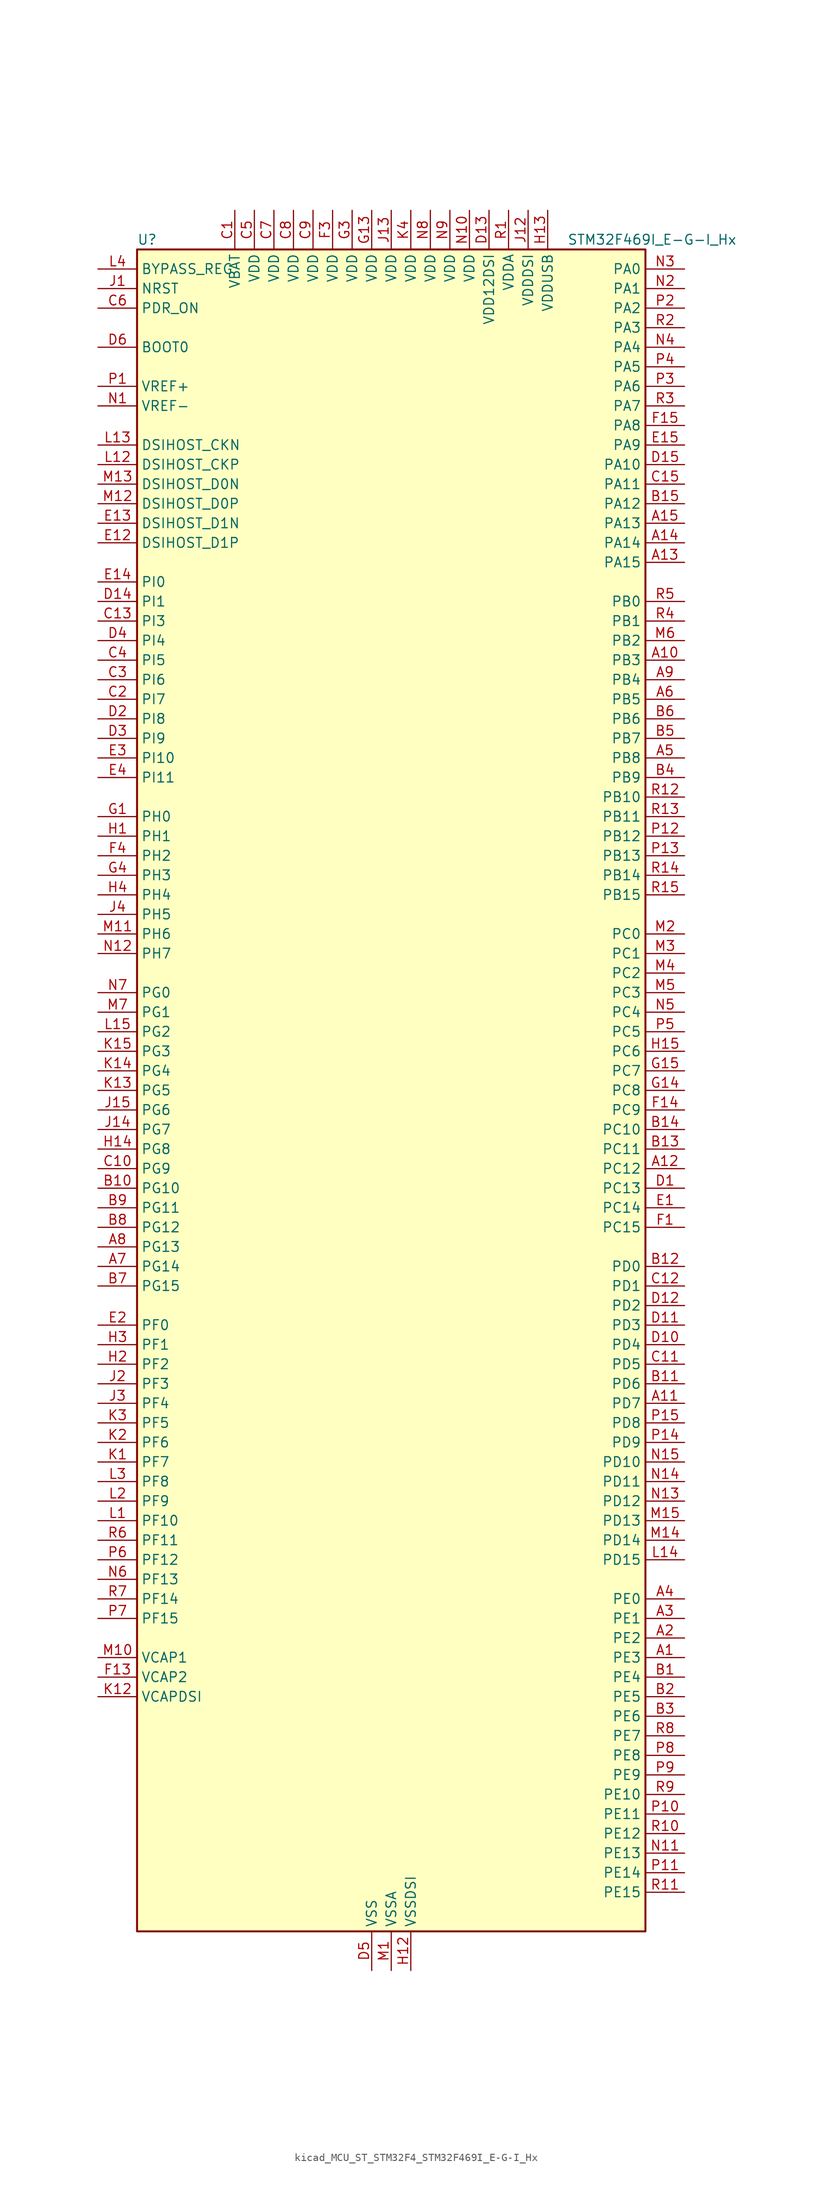
<source format=kicad_sym>
(kicad_symbol_lib
  (version 20220914)
  (generator kicad_symbol_editor)
  (symbol "kicad_MCU_ST_STM32F4_STM32F469I_E-G-I_Hx"
    (property "Reference" "U"
      (at -33.02 110.49 0)
      (effects (font (size 1.27 1.27)) (justify left)))
    (property "Value" "STM32F469I_E-G-I_Hx"
      (at 22.86 110.49 0)
      (effects (font (size 1.27 1.27)) (justify left)))
    (property "ki_locked" ""
      (at 0 0 0)
      (effects (font (size 1.27 1.27))))
    (symbol "kicad_MCU_ST_STM32F4_STM32F469I_E-G-I_Hx_0_1"
      (rectangle (start -33.02 -109.22) (end 33.02 109.22) (stroke (width 0.254) (type default)) (fill (type background))))
    (symbol "kicad_MCU_ST_STM32F4_STM32F469I_E-G-I_Hx_1_1"
      (pin bidirectional line (at 38.1 -73.66 180) (length 5.08) (name "PE3" (effects (font (size 1.27 1.27)))) (number "A1" (effects (font (size 1.27 1.27)))) (alternate "FMC_A19" bidirectional line) (alternate "SAI1_SD_B" bidirectional line) (alternate "SYS_TRACED0" bidirectional line))
      (pin bidirectional line (at 38.1 55.88 180) (length 5.08) (name "PB3" (effects (font (size 1.27 1.27)))) (number "A10" (effects (font (size 1.27 1.27)))) (alternate "I2S3_CK" bidirectional line) (alternate "SPI1_SCK" bidirectional line) (alternate "SPI3_SCK" bidirectional line) (alternate "SYS_JTDO-SWO" bidirectional line) (alternate "TIM2_CH2" bidirectional line))
      (pin bidirectional line (at 38.1 -40.64 180) (length 5.08) (name "PD7" (effects (font (size 1.27 1.27)))) (number "A11" (effects (font (size 1.27 1.27)))) (alternate "FMC_NE1" bidirectional line) (alternate "USART2_CK" bidirectional line))
      (pin bidirectional line (at 38.1 -10.16 180) (length 5.08) (name "PC12" (effects (font (size 1.27 1.27)))) (number "A12" (effects (font (size 1.27 1.27)))) (alternate "DCMI_D9" bidirectional line) (alternate "I2S3_SD" bidirectional line) (alternate "SDIO_CK" bidirectional line) (alternate "SPI3_MOSI" bidirectional line) (alternate "SYS_TRACED3" bidirectional line) (alternate "UART5_TX" bidirectional line) (alternate "USART3_CK" bidirectional line))
      (pin bidirectional line (at 38.1 68.58 180) (length 5.08) (name "PA15" (effects (font (size 1.27 1.27)))) (number "A13" (effects (font (size 1.27 1.27)))) (alternate "ADC1_EXTI15" bidirectional line) (alternate "ADC2_EXTI15" bidirectional line) (alternate "ADC3_EXTI15" bidirectional line) (alternate "I2S3_WS" bidirectional line) (alternate "SPI1_NSS" bidirectional line) (alternate "SPI3_NSS" bidirectional line) (alternate "SYS_JTDI" bidirectional line) (alternate "TIM2_CH1" bidirectional line) (alternate "TIM2_ETR" bidirectional line))
      (pin bidirectional line (at 38.1 71.12 180) (length 5.08) (name "PA14" (effects (font (size 1.27 1.27)))) (number "A14" (effects (font (size 1.27 1.27)))) (alternate "SYS_JTCK-SWCLK" bidirectional line))
      (pin bidirectional line (at 38.1 73.66 180) (length 5.08) (name "PA13" (effects (font (size 1.27 1.27)))) (number "A15" (effects (font (size 1.27 1.27)))) (alternate "SYS_JTMS-SWDIO" bidirectional line))
      (pin bidirectional line (at 38.1 -71.12 180) (length 5.08) (name "PE2" (effects (font (size 1.27 1.27)))) (number "A2" (effects (font (size 1.27 1.27)))) (alternate "ETH_TXD3" bidirectional line) (alternate "FMC_A23" bidirectional line) (alternate "QUADSPI_BK1_IO2" bidirectional line) (alternate "SAI1_MCLK_A" bidirectional line) (alternate "SPI4_SCK" bidirectional line) (alternate "SYS_TRACECLK" bidirectional line))
      (pin bidirectional line (at 38.1 -68.58 180) (length 5.08) (name "PE1" (effects (font (size 1.27 1.27)))) (number "A3" (effects (font (size 1.27 1.27)))) (alternate "DCMI_D3" bidirectional line) (alternate "FMC_NBL1" bidirectional line) (alternate "UART8_TX" bidirectional line))
      (pin bidirectional line (at 38.1 -66.04 180) (length 5.08) (name "PE0" (effects (font (size 1.27 1.27)))) (number "A4" (effects (font (size 1.27 1.27)))) (alternate "DCMI_D2" bidirectional line) (alternate "FMC_NBL0" bidirectional line) (alternate "TIM4_ETR" bidirectional line) (alternate "UART8_RX" bidirectional line))
      (pin bidirectional line (at 38.1 43.18 180) (length 5.08) (name "PB8" (effects (font (size 1.27 1.27)))) (number "A5" (effects (font (size 1.27 1.27)))) (alternate "CAN1_RX" bidirectional line) (alternate "DCMI_D6" bidirectional line) (alternate "ETH_TXD3" bidirectional line) (alternate "I2C1_SCL" bidirectional line) (alternate "LTDC_B6" bidirectional line) (alternate "SDIO_D4" bidirectional line) (alternate "TIM10_CH1" bidirectional line) (alternate "TIM4_CH3" bidirectional line))
      (pin bidirectional line (at 38.1 50.8 180) (length 5.08) (name "PB5" (effects (font (size 1.27 1.27)))) (number "A6" (effects (font (size 1.27 1.27)))) (alternate "CAN2_RX" bidirectional line) (alternate "DCMI_D10" bidirectional line) (alternate "ETH_PPS_OUT" bidirectional line) (alternate "FMC_SDCKE1" bidirectional line) (alternate "I2C1_SMBA" bidirectional line) (alternate "I2S3_SD" bidirectional line) (alternate "LTDC_G7" bidirectional line) (alternate "SPI1_MOSI" bidirectional line) (alternate "SPI3_MOSI" bidirectional line) (alternate "TIM3_CH2" bidirectional line) (alternate "USB_OTG_HS_ULPI_D7" bidirectional line))
      (pin bidirectional line (at -38.1 -22.86 0) (length 5.08) (name "PG14" (effects (font (size 1.27 1.27)))) (number "A7" (effects (font (size 1.27 1.27)))) (alternate "ETH_TXD1" bidirectional line) (alternate "FMC_A25" bidirectional line) (alternate "LTDC_B0" bidirectional line) (alternate "QUADSPI_BK2_IO3" bidirectional line) (alternate "SPI6_MOSI" bidirectional line) (alternate "SYS_TRACED1" bidirectional line) (alternate "USART6_TX" bidirectional line))
      (pin bidirectional line (at -38.1 -20.32 0) (length 5.08) (name "PG13" (effects (font (size 1.27 1.27)))) (number "A8" (effects (font (size 1.27 1.27)))) (alternate "ETH_TXD0" bidirectional line) (alternate "FMC_A24" bidirectional line) (alternate "LTDC_R0" bidirectional line) (alternate "SPI6_SCK" bidirectional line) (alternate "SYS_TRACED0" bidirectional line) (alternate "USART6_CTS" bidirectional line))
      (pin bidirectional line (at 38.1 53.34 180) (length 5.08) (name "PB4" (effects (font (size 1.27 1.27)))) (number "A9" (effects (font (size 1.27 1.27)))) (alternate "I2S3_ext_SD" bidirectional line) (alternate "SPI1_MISO" bidirectional line) (alternate "SPI3_MISO" bidirectional line) (alternate "SYS_JTRST" bidirectional line) (alternate "TIM3_CH1" bidirectional line))
      (pin bidirectional line (at 38.1 -76.2 180) (length 5.08) (name "PE4" (effects (font (size 1.27 1.27)))) (number "B1" (effects (font (size 1.27 1.27)))) (alternate "DCMI_D4" bidirectional line) (alternate "FMC_A20" bidirectional line) (alternate "LTDC_B0" bidirectional line) (alternate "SAI1_FS_A" bidirectional line) (alternate "SPI4_NSS" bidirectional line) (alternate "SYS_TRACED1" bidirectional line))
      (pin bidirectional line (at -38.1 -12.7 0) (length 5.08) (name "PG10" (effects (font (size 1.27 1.27)))) (number "B10" (effects (font (size 1.27 1.27)))) (alternate "DCMI_D2" bidirectional line) (alternate "FMC_NE3" bidirectional line) (alternate "LTDC_B2" bidirectional line) (alternate "LTDC_G3" bidirectional line))
      (pin bidirectional line (at 38.1 -38.1 180) (length 5.08) (name "PD6" (effects (font (size 1.27 1.27)))) (number "B11" (effects (font (size 1.27 1.27)))) (alternate "DCMI_D10" bidirectional line) (alternate "FMC_NWAIT" bidirectional line) (alternate "I2S3_SD" bidirectional line) (alternate "LTDC_B2" bidirectional line) (alternate "SAI1_SD_A" bidirectional line) (alternate "SPI3_MOSI" bidirectional line) (alternate "USART2_RX" bidirectional line))
      (pin bidirectional line (at 38.1 -22.86 180) (length 5.08) (name "PD0" (effects (font (size 1.27 1.27)))) (number "B12" (effects (font (size 1.27 1.27)))) (alternate "CAN1_RX" bidirectional line) (alternate "FMC_D2" bidirectional line) (alternate "FMC_DA2" bidirectional line))
      (pin bidirectional line (at 38.1 -7.62 180) (length 5.08) (name "PC11" (effects (font (size 1.27 1.27)))) (number "B13" (effects (font (size 1.27 1.27)))) (alternate "ADC1_EXTI11" bidirectional line) (alternate "ADC2_EXTI11" bidirectional line) (alternate "ADC3_EXTI11" bidirectional line) (alternate "DCMI_D4" bidirectional line) (alternate "I2S3_ext_SD" bidirectional line) (alternate "QUADSPI_BK2_NCS" bidirectional line) (alternate "SDIO_D3" bidirectional line) (alternate "SPI3_MISO" bidirectional line) (alternate "UART4_RX" bidirectional line) (alternate "USART3_RX" bidirectional line))
      (pin bidirectional line (at 38.1 -5.08 180) (length 5.08) (name "PC10" (effects (font (size 1.27 1.27)))) (number "B14" (effects (font (size 1.27 1.27)))) (alternate "DCMI_D8" bidirectional line) (alternate "I2S3_CK" bidirectional line) (alternate "LTDC_R2" bidirectional line) (alternate "QUADSPI_BK1_IO1" bidirectional line) (alternate "SDIO_D2" bidirectional line) (alternate "SPI3_SCK" bidirectional line) (alternate "UART4_TX" bidirectional line) (alternate "USART3_TX" bidirectional line))
      (pin bidirectional line (at 38.1 76.2 180) (length 5.08) (name "PA12" (effects (font (size 1.27 1.27)))) (number "B15" (effects (font (size 1.27 1.27)))) (alternate "CAN1_TX" bidirectional line) (alternate "LTDC_R5" bidirectional line) (alternate "TIM1_ETR" bidirectional line) (alternate "USART1_RTS" bidirectional line) (alternate "USB_OTG_FS_DP" bidirectional line))
      (pin bidirectional line (at 38.1 -78.74 180) (length 5.08) (name "PE5" (effects (font (size 1.27 1.27)))) (number "B2" (effects (font (size 1.27 1.27)))) (alternate "DCMI_D6" bidirectional line) (alternate "FMC_A21" bidirectional line) (alternate "LTDC_G0" bidirectional line) (alternate "SAI1_SCK_A" bidirectional line) (alternate "SPI4_MISO" bidirectional line) (alternate "SYS_TRACED2" bidirectional line) (alternate "TIM9_CH1" bidirectional line))
      (pin bidirectional line (at 38.1 -81.28 180) (length 5.08) (name "PE6" (effects (font (size 1.27 1.27)))) (number "B3" (effects (font (size 1.27 1.27)))) (alternate "DCMI_D7" bidirectional line) (alternate "FMC_A22" bidirectional line) (alternate "LTDC_G1" bidirectional line) (alternate "SAI1_SD_A" bidirectional line) (alternate "SPI4_MOSI" bidirectional line) (alternate "SYS_TRACED3" bidirectional line) (alternate "TIM9_CH2" bidirectional line))
      (pin bidirectional line (at 38.1 40.64 180) (length 5.08) (name "PB9" (effects (font (size 1.27 1.27)))) (number "B4" (effects (font (size 1.27 1.27)))) (alternate "CAN1_TX" bidirectional line) (alternate "DAC_EXTI9" bidirectional line) (alternate "DCMI_D7" bidirectional line) (alternate "I2C1_SDA" bidirectional line) (alternate "I2S2_WS" bidirectional line) (alternate "LTDC_B7" bidirectional line) (alternate "SDIO_D5" bidirectional line) (alternate "SPI2_NSS" bidirectional line) (alternate "TIM11_CH1" bidirectional line) (alternate "TIM4_CH4" bidirectional line))
      (pin bidirectional line (at 38.1 45.72 180) (length 5.08) (name "PB7" (effects (font (size 1.27 1.27)))) (number "B5" (effects (font (size 1.27 1.27)))) (alternate "DCMI_VSYNC" bidirectional line) (alternate "FMC_NL" bidirectional line) (alternate "I2C1_SDA" bidirectional line) (alternate "TIM4_CH2" bidirectional line) (alternate "USART1_RX" bidirectional line))
      (pin bidirectional line (at 38.1 48.26 180) (length 5.08) (name "PB6" (effects (font (size 1.27 1.27)))) (number "B6" (effects (font (size 1.27 1.27)))) (alternate "CAN2_TX" bidirectional line) (alternate "DCMI_D5" bidirectional line) (alternate "FMC_SDNE1" bidirectional line) (alternate "I2C1_SCL" bidirectional line) (alternate "QUADSPI_BK1_NCS" bidirectional line) (alternate "TIM4_CH1" bidirectional line) (alternate "USART1_TX" bidirectional line))
      (pin bidirectional line (at -38.1 -25.4 0) (length 5.08) (name "PG15" (effects (font (size 1.27 1.27)))) (number "B7" (effects (font (size 1.27 1.27)))) (alternate "ADC1_EXTI15" bidirectional line) (alternate "ADC2_EXTI15" bidirectional line) (alternate "ADC3_EXTI15" bidirectional line) (alternate "DCMI_D13" bidirectional line) (alternate "FMC_SDNCAS" bidirectional line) (alternate "USART6_CTS" bidirectional line))
      (pin bidirectional line (at -38.1 -17.78 0) (length 5.08) (name "PG12" (effects (font (size 1.27 1.27)))) (number "B8" (effects (font (size 1.27 1.27)))) (alternate "FMC_NE4" bidirectional line) (alternate "LTDC_B1" bidirectional line) (alternate "LTDC_B4" bidirectional line) (alternate "SPI6_MISO" bidirectional line) (alternate "USART6_RTS" bidirectional line))
      (pin bidirectional line (at -38.1 -15.24 0) (length 5.08) (name "PG11" (effects (font (size 1.27 1.27)))) (number "B9" (effects (font (size 1.27 1.27)))) (alternate "ADC1_EXTI11" bidirectional line) (alternate "ADC2_EXTI11" bidirectional line) (alternate "ADC3_EXTI11" bidirectional line) (alternate "DCMI_D3" bidirectional line) (alternate "ETH_TX_EN" bidirectional line) (alternate "LTDC_B3" bidirectional line))
      (pin power_in line (at -20.32 114.3 270) (length 5.08) (name "VBAT" (effects (font (size 1.27 1.27)))) (number "C1" (effects (font (size 1.27 1.27)))))
      (pin bidirectional line (at -38.1 -10.16 0) (length 5.08) (name "PG9" (effects (font (size 1.27 1.27)))) (number "C10" (effects (font (size 1.27 1.27)))) (alternate "DAC_EXTI9" bidirectional line) (alternate "DCMI_VSYNC" bidirectional line) (alternate "FMC_NCE" bidirectional line) (alternate "FMC_NE2" bidirectional line) (alternate "QUADSPI_BK2_IO2" bidirectional line) (alternate "USART6_RX" bidirectional line))
      (pin bidirectional line (at 38.1 -35.56 180) (length 5.08) (name "PD5" (effects (font (size 1.27 1.27)))) (number "C11" (effects (font (size 1.27 1.27)))) (alternate "FMC_NWE" bidirectional line) (alternate "USART2_TX" bidirectional line))
      (pin bidirectional line (at 38.1 -25.4 180) (length 5.08) (name "PD1" (effects (font (size 1.27 1.27)))) (number "C12" (effects (font (size 1.27 1.27)))) (alternate "CAN1_TX" bidirectional line) (alternate "FMC_D3" bidirectional line) (alternate "FMC_DA3" bidirectional line))
      (pin bidirectional line (at -38.1 60.96 0) (length 5.08) (name "PI3" (effects (font (size 1.27 1.27)))) (number "C13" (effects (font (size 1.27 1.27)))) (alternate "DCMI_D10" bidirectional line) (alternate "FMC_D27" bidirectional line) (alternate "I2S2_SD" bidirectional line) (alternate "SPI2_MOSI" bidirectional line) (alternate "TIM8_ETR" bidirectional line))
      (pin no_connect line (at -33.02 -109.22 0) (length 5.08) hide (name "NC" (effects (font (size 1.27 1.27)))) (number "C14" (effects (font (size 1.27 1.27)))))
      (pin bidirectional line (at 38.1 78.74 180) (length 5.08) (name "PA11" (effects (font (size 1.27 1.27)))) (number "C15" (effects (font (size 1.27 1.27)))) (alternate "ADC1_EXTI11" bidirectional line) (alternate "ADC2_EXTI11" bidirectional line) (alternate "ADC3_EXTI11" bidirectional line) (alternate "CAN1_RX" bidirectional line) (alternate "LTDC_R4" bidirectional line) (alternate "TIM1_CH4" bidirectional line) (alternate "USART1_CTS" bidirectional line) (alternate "USB_OTG_FS_DM" bidirectional line))
      (pin bidirectional line (at -38.1 50.8 0) (length 5.08) (name "PI7" (effects (font (size 1.27 1.27)))) (number "C2" (effects (font (size 1.27 1.27)))) (alternate "DCMI_D7" bidirectional line) (alternate "FMC_D29" bidirectional line) (alternate "LTDC_B7" bidirectional line) (alternate "TIM8_CH3" bidirectional line))
      (pin bidirectional line (at -38.1 53.34 0) (length 5.08) (name "PI6" (effects (font (size 1.27 1.27)))) (number "C3" (effects (font (size 1.27 1.27)))) (alternate "DCMI_D6" bidirectional line) (alternate "FMC_D28" bidirectional line) (alternate "LTDC_B6" bidirectional line) (alternate "TIM8_CH2" bidirectional line))
      (pin bidirectional line (at -38.1 55.88 0) (length 5.08) (name "PI5" (effects (font (size 1.27 1.27)))) (number "C4" (effects (font (size 1.27 1.27)))) (alternate "DCMI_VSYNC" bidirectional line) (alternate "FMC_NBL3" bidirectional line) (alternate "LTDC_B5" bidirectional line) (alternate "TIM8_CH1" bidirectional line))
      (pin power_in line (at -17.78 114.3 270) (length 5.08) (name "VDD" (effects (font (size 1.27 1.27)))) (number "C5" (effects (font (size 1.27 1.27)))))
      (pin input line (at -38.1 101.6 0) (length 5.08) (name "PDR_ON" (effects (font (size 1.27 1.27)))) (number "C6" (effects (font (size 1.27 1.27)))))
      (pin power_in line (at -15.24 114.3 270) (length 5.08) (name "VDD" (effects (font (size 1.27 1.27)))) (number "C7" (effects (font (size 1.27 1.27)))))
      (pin power_in line (at -12.7 114.3 270) (length 5.08) (name "VDD" (effects (font (size 1.27 1.27)))) (number "C8" (effects (font (size 1.27 1.27)))))
      (pin power_in line (at -10.16 114.3 270) (length 5.08) (name "VDD" (effects (font (size 1.27 1.27)))) (number "C9" (effects (font (size 1.27 1.27)))))
      (pin bidirectional line (at 38.1 -12.7 180) (length 5.08) (name "PC13" (effects (font (size 1.27 1.27)))) (number "D1" (effects (font (size 1.27 1.27)))) (alternate "RTC_AF1" bidirectional line))
      (pin bidirectional line (at 38.1 -33.02 180) (length 5.08) (name "PD4" (effects (font (size 1.27 1.27)))) (number "D10" (effects (font (size 1.27 1.27)))) (alternate "FMC_NOE" bidirectional line) (alternate "USART2_RTS" bidirectional line))
      (pin bidirectional line (at 38.1 -30.48 180) (length 5.08) (name "PD3" (effects (font (size 1.27 1.27)))) (number "D11" (effects (font (size 1.27 1.27)))) (alternate "DCMI_D5" bidirectional line) (alternate "FMC_CLK" bidirectional line) (alternate "I2S2_CK" bidirectional line) (alternate "LTDC_G7" bidirectional line) (alternate "SPI2_SCK" bidirectional line) (alternate "USART2_CTS" bidirectional line))
      (pin bidirectional line (at 38.1 -27.94 180) (length 5.08) (name "PD2" (effects (font (size 1.27 1.27)))) (number "D12" (effects (font (size 1.27 1.27)))) (alternate "DCMI_D11" bidirectional line) (alternate "SDIO_CMD" bidirectional line) (alternate "SYS_TRACED2" bidirectional line) (alternate "TIM3_ETR" bidirectional line) (alternate "UART5_RX" bidirectional line))
      (pin power_in line (at 12.7 114.3 270) (length 5.08) (name "VDD12DSI" (effects (font (size 1.27 1.27)))) (number "D13" (effects (font (size 1.27 1.27)))))
      (pin bidirectional line (at -38.1 63.5 0) (length 5.08) (name "PI1" (effects (font (size 1.27 1.27)))) (number "D14" (effects (font (size 1.27 1.27)))) (alternate "DCMI_D8" bidirectional line) (alternate "FMC_D25" bidirectional line) (alternate "I2S2_CK" bidirectional line) (alternate "LTDC_G6" bidirectional line) (alternate "SPI2_SCK" bidirectional line))
      (pin bidirectional line (at 38.1 81.28 180) (length 5.08) (name "PA10" (effects (font (size 1.27 1.27)))) (number "D15" (effects (font (size 1.27 1.27)))) (alternate "DCMI_D1" bidirectional line) (alternate "TIM1_CH3" bidirectional line) (alternate "USART1_RX" bidirectional line) (alternate "USB_OTG_FS_ID" bidirectional line))
      (pin bidirectional line (at -38.1 48.26 0) (length 5.08) (name "PI8" (effects (font (size 1.27 1.27)))) (number "D2" (effects (font (size 1.27 1.27)))) (alternate "RTC_AF1" bidirectional line) (alternate "RTC_AF2" bidirectional line))
      (pin bidirectional line (at -38.1 45.72 0) (length 5.08) (name "PI9" (effects (font (size 1.27 1.27)))) (number "D3" (effects (font (size 1.27 1.27)))) (alternate "CAN1_RX" bidirectional line) (alternate "DAC_EXTI9" bidirectional line) (alternate "FMC_D30" bidirectional line) (alternate "LTDC_VSYNC" bidirectional line))
      (pin bidirectional line (at -38.1 58.42 0) (length 5.08) (name "PI4" (effects (font (size 1.27 1.27)))) (number "D4" (effects (font (size 1.27 1.27)))) (alternate "DCMI_D5" bidirectional line) (alternate "FMC_NBL2" bidirectional line) (alternate "LTDC_B4" bidirectional line) (alternate "TIM8_BKIN" bidirectional line))
      (pin power_in line (at -2.54 -114.3 90) (length 5.08) (name "VSS" (effects (font (size 1.27 1.27)))) (number "D5" (effects (font (size 1.27 1.27)))))
      (pin input line (at -38.1 96.52 0) (length 5.08) (name "BOOT0" (effects (font (size 1.27 1.27)))) (number "D6" (effects (font (size 1.27 1.27)))))
      (pin passive line (at -2.54 -114.3 90) (length 5.08) hide (name "VSS" (effects (font (size 1.27 1.27)))) (number "D7" (effects (font (size 1.27 1.27)))))
      (pin passive line (at -2.54 -114.3 90) (length 5.08) hide (name "VSS" (effects (font (size 1.27 1.27)))) (number "D8" (effects (font (size 1.27 1.27)))))
      (pin passive line (at -2.54 -114.3 90) (length 5.08) hide (name "VSS" (effects (font (size 1.27 1.27)))) (number "D9" (effects (font (size 1.27 1.27)))))
      (pin bidirectional line (at 38.1 -15.24 180) (length 5.08) (name "PC14" (effects (font (size 1.27 1.27)))) (number "E1" (effects (font (size 1.27 1.27)))) (alternate "RCC_OSC32_IN" bidirectional line))
      (pin bidirectional line (at -38.1 71.12 0) (length 5.08) (name "DSIHOST_D1P" (effects (font (size 1.27 1.27)))) (number "E12" (effects (font (size 1.27 1.27)))) (alternate "DSIHOST_D1P" bidirectional line))
      (pin bidirectional line (at -38.1 73.66 0) (length 5.08) (name "DSIHOST_D1N" (effects (font (size 1.27 1.27)))) (number "E13" (effects (font (size 1.27 1.27)))) (alternate "DSIHOST_D1N" bidirectional line))
      (pin bidirectional line (at -38.1 66.04 0) (length 5.08) (name "PI0" (effects (font (size 1.27 1.27)))) (number "E14" (effects (font (size 1.27 1.27)))) (alternate "DCMI_D13" bidirectional line) (alternate "FMC_D24" bidirectional line) (alternate "I2S2_WS" bidirectional line) (alternate "LTDC_G5" bidirectional line) (alternate "SPI2_NSS" bidirectional line) (alternate "TIM5_CH4" bidirectional line))
      (pin bidirectional line (at 38.1 83.82 180) (length 5.08) (name "PA9" (effects (font (size 1.27 1.27)))) (number "E15" (effects (font (size 1.27 1.27)))) (alternate "DAC_EXTI9" bidirectional line) (alternate "DCMI_D0" bidirectional line) (alternate "I2C3_SMBA" bidirectional line) (alternate "I2S2_CK" bidirectional line) (alternate "SPI2_SCK" bidirectional line) (alternate "TIM1_CH2" bidirectional line) (alternate "USART1_TX" bidirectional line) (alternate "USB_OTG_FS_VBUS" bidirectional line))
      (pin bidirectional line (at -38.1 -30.48 0) (length 5.08) (name "PF0" (effects (font (size 1.27 1.27)))) (number "E2" (effects (font (size 1.27 1.27)))) (alternate "FMC_A0" bidirectional line) (alternate "I2C2_SDA" bidirectional line))
      (pin bidirectional line (at -38.1 43.18 0) (length 5.08) (name "PI10" (effects (font (size 1.27 1.27)))) (number "E3" (effects (font (size 1.27 1.27)))) (alternate "ETH_RX_ER" bidirectional line) (alternate "FMC_D31" bidirectional line) (alternate "LTDC_HSYNC" bidirectional line))
      (pin bidirectional line (at -38.1 40.64 0) (length 5.08) (name "PI11" (effects (font (size 1.27 1.27)))) (number "E4" (effects (font (size 1.27 1.27)))) (alternate "ADC1_EXTI11" bidirectional line) (alternate "ADC2_EXTI11" bidirectional line) (alternate "ADC3_EXTI11" bidirectional line) (alternate "LTDC_G6" bidirectional line) (alternate "USB_OTG_HS_ULPI_DIR" bidirectional line))
      (pin bidirectional line (at 38.1 -17.78 180) (length 5.08) (name "PC15" (effects (font (size 1.27 1.27)))) (number "F1" (effects (font (size 1.27 1.27)))) (alternate "ADC1_EXTI15" bidirectional line) (alternate "ADC2_EXTI15" bidirectional line) (alternate "ADC3_EXTI15" bidirectional line) (alternate "RCC_OSC32_OUT" bidirectional line))
      (pin passive line (at -2.54 -114.3 90) (length 5.08) hide (name "VSS" (effects (font (size 1.27 1.27)))) (number "F10" (effects (font (size 1.27 1.27)))))
      (pin passive line (at -2.54 -114.3 90) (length 5.08) hide (name "VSS" (effects (font (size 1.27 1.27)))) (number "F12" (effects (font (size 1.27 1.27)))))
      (pin power_out line (at -38.1 -76.2 0) (length 5.08) (name "VCAP2" (effects (font (size 1.27 1.27)))) (number "F13" (effects (font (size 1.27 1.27)))))
      (pin bidirectional line (at 38.1 -2.54 180) (length 5.08) (name "PC9" (effects (font (size 1.27 1.27)))) (number "F14" (effects (font (size 1.27 1.27)))) (alternate "DAC_EXTI9" bidirectional line) (alternate "DCMI_D3" bidirectional line) (alternate "I2C3_SDA" bidirectional line) (alternate "I2S_CKIN" bidirectional line) (alternate "QUADSPI_BK1_IO0" bidirectional line) (alternate "RCC_MCO_2" bidirectional line) (alternate "SDIO_D1" bidirectional line) (alternate "TIM3_CH4" bidirectional line) (alternate "TIM8_CH4" bidirectional line))
      (pin bidirectional line (at 38.1 86.36 180) (length 5.08) (name "PA8" (effects (font (size 1.27 1.27)))) (number "F15" (effects (font (size 1.27 1.27)))) (alternate "I2C3_SCL" bidirectional line) (alternate "LTDC_R6" bidirectional line) (alternate "RCC_MCO_1" bidirectional line) (alternate "TIM1_CH1" bidirectional line) (alternate "USART1_CK" bidirectional line) (alternate "USB_OTG_FS_SOF" bidirectional line))
      (pin passive line (at -2.54 -114.3 90) (length 5.08) hide (name "VSS" (effects (font (size 1.27 1.27)))) (number "F2" (effects (font (size 1.27 1.27)))))
      (pin power_in line (at -7.62 114.3 270) (length 5.08) (name "VDD" (effects (font (size 1.27 1.27)))) (number "F3" (effects (font (size 1.27 1.27)))))
      (pin bidirectional line (at -38.1 30.48 0) (length 5.08) (name "PH2" (effects (font (size 1.27 1.27)))) (number "F4" (effects (font (size 1.27 1.27)))) (alternate "ETH_CRS" bidirectional line) (alternate "FMC_SDCKE0" bidirectional line) (alternate "LTDC_R0" bidirectional line) (alternate "QUADSPI_BK2_IO0" bidirectional line))
      (pin passive line (at -2.54 -114.3 90) (length 5.08) hide (name "VSS" (effects (font (size 1.27 1.27)))) (number "F6" (effects (font (size 1.27 1.27)))))
      (pin passive line (at -2.54 -114.3 90) (length 5.08) hide (name "VSS" (effects (font (size 1.27 1.27)))) (number "F7" (effects (font (size 1.27 1.27)))))
      (pin passive line (at -2.54 -114.3 90) (length 5.08) hide (name "VSS" (effects (font (size 1.27 1.27)))) (number "F8" (effects (font (size 1.27 1.27)))))
      (pin passive line (at -2.54 -114.3 90) (length 5.08) hide (name "VSS" (effects (font (size 1.27 1.27)))) (number "F9" (effects (font (size 1.27 1.27)))))
      (pin bidirectional line (at -38.1 35.56 0) (length 5.08) (name "PH0" (effects (font (size 1.27 1.27)))) (number "G1" (effects (font (size 1.27 1.27)))) (alternate "RCC_OSC_IN" bidirectional line))
      (pin passive line (at -2.54 -114.3 90) (length 5.08) hide (name "VSS" (effects (font (size 1.27 1.27)))) (number "G10" (effects (font (size 1.27 1.27)))))
      (pin passive line (at -2.54 -114.3 90) (length 5.08) hide (name "VSS" (effects (font (size 1.27 1.27)))) (number "G12" (effects (font (size 1.27 1.27)))))
      (pin power_in line (at -2.54 114.3 270) (length 5.08) (name "VDD" (effects (font (size 1.27 1.27)))) (number "G13" (effects (font (size 1.27 1.27)))))
      (pin bidirectional line (at 38.1 0 180) (length 5.08) (name "PC8" (effects (font (size 1.27 1.27)))) (number "G14" (effects (font (size 1.27 1.27)))) (alternate "DCMI_D2" bidirectional line) (alternate "SDIO_D0" bidirectional line) (alternate "SYS_TRACED1" bidirectional line) (alternate "TIM3_CH3" bidirectional line) (alternate "TIM8_CH3" bidirectional line) (alternate "USART6_CK" bidirectional line))
      (pin bidirectional line (at 38.1 2.54 180) (length 5.08) (name "PC7" (effects (font (size 1.27 1.27)))) (number "G15" (effects (font (size 1.27 1.27)))) (alternate "DCMI_D1" bidirectional line) (alternate "I2S3_MCK" bidirectional line) (alternate "LTDC_G6" bidirectional line) (alternate "SDIO_D7" bidirectional line) (alternate "TIM3_CH2" bidirectional line) (alternate "TIM8_CH2" bidirectional line) (alternate "USART6_RX" bidirectional line))
      (pin passive line (at -2.54 -114.3 90) (length 5.08) hide (name "VSS" (effects (font (size 1.27 1.27)))) (number "G2" (effects (font (size 1.27 1.27)))))
      (pin power_in line (at -5.08 114.3 270) (length 5.08) (name "VDD" (effects (font (size 1.27 1.27)))) (number "G3" (effects (font (size 1.27 1.27)))))
      (pin bidirectional line (at -38.1 27.94 0) (length 5.08) (name "PH3" (effects (font (size 1.27 1.27)))) (number "G4" (effects (font (size 1.27 1.27)))) (alternate "ETH_COL" bidirectional line) (alternate "FMC_SDNE0" bidirectional line) (alternate "LTDC_R1" bidirectional line) (alternate "QUADSPI_BK2_IO1" bidirectional line))
      (pin passive line (at -2.54 -114.3 90) (length 5.08) hide (name "VSS" (effects (font (size 1.27 1.27)))) (number "G6" (effects (font (size 1.27 1.27)))))
      (pin passive line (at -2.54 -114.3 90) (length 5.08) hide (name "VSS" (effects (font (size 1.27 1.27)))) (number "G7" (effects (font (size 1.27 1.27)))))
      (pin passive line (at -2.54 -114.3 90) (length 5.08) hide (name "VSS" (effects (font (size 1.27 1.27)))) (number "G8" (effects (font (size 1.27 1.27)))))
      (pin passive line (at -2.54 -114.3 90) (length 5.08) hide (name "VSS" (effects (font (size 1.27 1.27)))) (number "G9" (effects (font (size 1.27 1.27)))))
      (pin bidirectional line (at -38.1 33.02 0) (length 5.08) (name "PH1" (effects (font (size 1.27 1.27)))) (number "H1" (effects (font (size 1.27 1.27)))) (alternate "RCC_OSC_OUT" bidirectional line))
      (pin passive line (at -2.54 -114.3 90) (length 5.08) hide (name "VSS" (effects (font (size 1.27 1.27)))) (number "H10" (effects (font (size 1.27 1.27)))))
      (pin power_in line (at 2.54 -114.3 90) (length 5.08) (name "VSSDSI" (effects (font (size 1.27 1.27)))) (number "H12" (effects (font (size 1.27 1.27)))))
      (pin power_in line (at 20.32 114.3 270) (length 5.08) (name "VDDUSB" (effects (font (size 1.27 1.27)))) (number "H13" (effects (font (size 1.27 1.27)))))
      (pin bidirectional line (at -38.1 -7.62 0) (length 5.08) (name "PG8" (effects (font (size 1.27 1.27)))) (number "H14" (effects (font (size 1.27 1.27)))) (alternate "ETH_PPS_OUT" bidirectional line) (alternate "FMC_SDCLK" bidirectional line) (alternate "LTDC_G7" bidirectional line) (alternate "SPI6_NSS" bidirectional line) (alternate "USART6_RTS" bidirectional line))
      (pin bidirectional line (at 38.1 5.08 180) (length 5.08) (name "PC6" (effects (font (size 1.27 1.27)))) (number "H15" (effects (font (size 1.27 1.27)))) (alternate "DCMI_D0" bidirectional line) (alternate "I2S2_MCK" bidirectional line) (alternate "LTDC_HSYNC" bidirectional line) (alternate "SDIO_D6" bidirectional line) (alternate "TIM3_CH1" bidirectional line) (alternate "TIM8_CH1" bidirectional line) (alternate "USART6_TX" bidirectional line))
      (pin bidirectional line (at -38.1 -35.56 0) (length 5.08) (name "PF2" (effects (font (size 1.27 1.27)))) (number "H2" (effects (font (size 1.27 1.27)))) (alternate "FMC_A2" bidirectional line) (alternate "I2C2_SMBA" bidirectional line))
      (pin bidirectional line (at -38.1 -33.02 0) (length 5.08) (name "PF1" (effects (font (size 1.27 1.27)))) (number "H3" (effects (font (size 1.27 1.27)))) (alternate "FMC_A1" bidirectional line) (alternate "I2C2_SCL" bidirectional line))
      (pin bidirectional line (at -38.1 25.4 0) (length 5.08) (name "PH4" (effects (font (size 1.27 1.27)))) (number "H4" (effects (font (size 1.27 1.27)))) (alternate "I2C2_SCL" bidirectional line) (alternate "LTDC_G4" bidirectional line) (alternate "LTDC_G5" bidirectional line) (alternate "USB_OTG_HS_ULPI_NXT" bidirectional line))
      (pin passive line (at -2.54 -114.3 90) (length 5.08) hide (name "VSS" (effects (font (size 1.27 1.27)))) (number "H6" (effects (font (size 1.27 1.27)))))
      (pin passive line (at -2.54 -114.3 90) (length 5.08) hide (name "VSS" (effects (font (size 1.27 1.27)))) (number "H7" (effects (font (size 1.27 1.27)))))
      (pin passive line (at -2.54 -114.3 90) (length 5.08) hide (name "VSS" (effects (font (size 1.27 1.27)))) (number "H8" (effects (font (size 1.27 1.27)))))
      (pin passive line (at -2.54 -114.3 90) (length 5.08) hide (name "VSS" (effects (font (size 1.27 1.27)))) (number "H9" (effects (font (size 1.27 1.27)))))
      (pin input line (at -38.1 104.14 0) (length 5.08) (name "NRST" (effects (font (size 1.27 1.27)))) (number "J1" (effects (font (size 1.27 1.27)))))
      (pin passive line (at -2.54 -114.3 90) (length 5.08) hide (name "VSS" (effects (font (size 1.27 1.27)))) (number "J10" (effects (font (size 1.27 1.27)))))
      (pin power_in line (at 17.78 114.3 270) (length 5.08) (name "VDDDSI" (effects (font (size 1.27 1.27)))) (number "J12" (effects (font (size 1.27 1.27)))))
      (pin power_in line (at 0 114.3 270) (length 5.08) (name "VDD" (effects (font (size 1.27 1.27)))) (number "J13" (effects (font (size 1.27 1.27)))))
      (pin bidirectional line (at -38.1 -5.08 0) (length 5.08) (name "PG7" (effects (font (size 1.27 1.27)))) (number "J14" (effects (font (size 1.27 1.27)))) (alternate "DCMI_D13" bidirectional line) (alternate "FMC_INT" bidirectional line) (alternate "LTDC_CLK" bidirectional line) (alternate "SAI1_MCLK_A" bidirectional line) (alternate "USART6_CK" bidirectional line))
      (pin bidirectional line (at -38.1 -2.54 0) (length 5.08) (name "PG6" (effects (font (size 1.27 1.27)))) (number "J15" (effects (font (size 1.27 1.27)))) (alternate "DCMI_D12" bidirectional line) (alternate "LTDC_R7" bidirectional line))
      (pin bidirectional line (at -38.1 -38.1 0) (length 5.08) (name "PF3" (effects (font (size 1.27 1.27)))) (number "J2" (effects (font (size 1.27 1.27)))) (alternate "ADC3_IN9" bidirectional line) (alternate "FMC_A3" bidirectional line))
      (pin bidirectional line (at -38.1 -40.64 0) (length 5.08) (name "PF4" (effects (font (size 1.27 1.27)))) (number "J3" (effects (font (size 1.27 1.27)))) (alternate "ADC3_IN14" bidirectional line) (alternate "FMC_A4" bidirectional line))
      (pin bidirectional line (at -38.1 22.86 0) (length 5.08) (name "PH5" (effects (font (size 1.27 1.27)))) (number "J4" (effects (font (size 1.27 1.27)))) (alternate "FMC_SDNWE" bidirectional line) (alternate "I2C2_SDA" bidirectional line) (alternate "SPI5_NSS" bidirectional line))
      (pin passive line (at -2.54 -114.3 90) (length 5.08) hide (name "VSS" (effects (font (size 1.27 1.27)))) (number "J6" (effects (font (size 1.27 1.27)))))
      (pin passive line (at -2.54 -114.3 90) (length 5.08) hide (name "VSS" (effects (font (size 1.27 1.27)))) (number "J7" (effects (font (size 1.27 1.27)))))
      (pin passive line (at -2.54 -114.3 90) (length 5.08) hide (name "VSS" (effects (font (size 1.27 1.27)))) (number "J8" (effects (font (size 1.27 1.27)))))
      (pin passive line (at -2.54 -114.3 90) (length 5.08) hide (name "VSS" (effects (font (size 1.27 1.27)))) (number "J9" (effects (font (size 1.27 1.27)))))
      (pin bidirectional line (at -38.1 -48.26 0) (length 5.08) (name "PF7" (effects (font (size 1.27 1.27)))) (number "K1" (effects (font (size 1.27 1.27)))) (alternate "ADC3_IN5" bidirectional line) (alternate "QUADSPI_BK1_IO2" bidirectional line) (alternate "SAI1_MCLK_B" bidirectional line) (alternate "SPI5_SCK" bidirectional line) (alternate "TIM11_CH1" bidirectional line) (alternate "UART7_TX" bidirectional line))
      (pin passive line (at -2.54 -114.3 90) (length 5.08) hide (name "VSS" (effects (font (size 1.27 1.27)))) (number "K10" (effects (font (size 1.27 1.27)))))
      (pin power_out line (at -38.1 -78.74 0) (length 5.08) (name "VCAPDSI" (effects (font (size 1.27 1.27)))) (number "K12" (effects (font (size 1.27 1.27)))))
      (pin bidirectional line (at -38.1 0 0) (length 5.08) (name "PG5" (effects (font (size 1.27 1.27)))) (number "K13" (effects (font (size 1.27 1.27)))) (alternate "FMC_A15" bidirectional line) (alternate "FMC_BA1" bidirectional line))
      (pin bidirectional line (at -38.1 2.54 0) (length 5.08) (name "PG4" (effects (font (size 1.27 1.27)))) (number "K14" (effects (font (size 1.27 1.27)))) (alternate "FMC_A14" bidirectional line) (alternate "FMC_BA0" bidirectional line))
      (pin bidirectional line (at -38.1 5.08 0) (length 5.08) (name "PG3" (effects (font (size 1.27 1.27)))) (number "K15" (effects (font (size 1.27 1.27)))) (alternate "FMC_A13" bidirectional line))
      (pin bidirectional line (at -38.1 -45.72 0) (length 5.08) (name "PF6" (effects (font (size 1.27 1.27)))) (number "K2" (effects (font (size 1.27 1.27)))) (alternate "ADC3_IN4" bidirectional line) (alternate "QUADSPI_BK1_IO3" bidirectional line) (alternate "SAI1_SD_B" bidirectional line) (alternate "SPI5_NSS" bidirectional line) (alternate "TIM10_CH1" bidirectional line) (alternate "UART7_RX" bidirectional line))
      (pin bidirectional line (at -38.1 -43.18 0) (length 5.08) (name "PF5" (effects (font (size 1.27 1.27)))) (number "K3" (effects (font (size 1.27 1.27)))) (alternate "ADC3_IN15" bidirectional line) (alternate "FMC_A5" bidirectional line))
      (pin power_in line (at 2.54 114.3 270) (length 5.08) (name "VDD" (effects (font (size 1.27 1.27)))) (number "K4" (effects (font (size 1.27 1.27)))))
      (pin passive line (at -2.54 -114.3 90) (length 5.08) hide (name "VSS" (effects (font (size 1.27 1.27)))) (number "K6" (effects (font (size 1.27 1.27)))))
      (pin passive line (at -2.54 -114.3 90) (length 5.08) hide (name "VSS" (effects (font (size 1.27 1.27)))) (number "K7" (effects (font (size 1.27 1.27)))))
      (pin passive line (at -2.54 -114.3 90) (length 5.08) hide (name "VSS" (effects (font (size 1.27 1.27)))) (number "K8" (effects (font (size 1.27 1.27)))))
      (pin passive line (at -2.54 -114.3 90) (length 5.08) hide (name "VSS" (effects (font (size 1.27 1.27)))) (number "K9" (effects (font (size 1.27 1.27)))))
      (pin bidirectional line (at -38.1 -55.88 0) (length 5.08) (name "PF10" (effects (font (size 1.27 1.27)))) (number "L1" (effects (font (size 1.27 1.27)))) (alternate "ADC3_IN8" bidirectional line) (alternate "DCMI_D11" bidirectional line) (alternate "LTDC_DE" bidirectional line) (alternate "QUADSPI_CLK" bidirectional line))
      (pin bidirectional line (at -38.1 81.28 0) (length 5.08) (name "DSIHOST_CKP" (effects (font (size 1.27 1.27)))) (number "L12" (effects (font (size 1.27 1.27)))) (alternate "DSIHOST_CKP" bidirectional line))
      (pin bidirectional line (at -38.1 83.82 0) (length 5.08) (name "DSIHOST_CKN" (effects (font (size 1.27 1.27)))) (number "L13" (effects (font (size 1.27 1.27)))) (alternate "DSIHOST_CKN" bidirectional line))
      (pin bidirectional line (at 38.1 -60.96 180) (length 5.08) (name "PD15" (effects (font (size 1.27 1.27)))) (number "L14" (effects (font (size 1.27 1.27)))) (alternate "ADC1_EXTI15" bidirectional line) (alternate "ADC2_EXTI15" bidirectional line) (alternate "ADC3_EXTI15" bidirectional line) (alternate "FMC_D1" bidirectional line) (alternate "FMC_DA1" bidirectional line) (alternate "TIM4_CH4" bidirectional line))
      (pin bidirectional line (at -38.1 7.62 0) (length 5.08) (name "PG2" (effects (font (size 1.27 1.27)))) (number "L15" (effects (font (size 1.27 1.27)))) (alternate "FMC_A12" bidirectional line))
      (pin bidirectional line (at -38.1 -53.34 0) (length 5.08) (name "PF9" (effects (font (size 1.27 1.27)))) (number "L2" (effects (font (size 1.27 1.27)))) (alternate "ADC3_IN7" bidirectional line) (alternate "DAC_EXTI9" bidirectional line) (alternate "QUADSPI_BK1_IO1" bidirectional line) (alternate "SAI1_FS_B" bidirectional line) (alternate "SPI5_MOSI" bidirectional line) (alternate "TIM14_CH1" bidirectional line))
      (pin bidirectional line (at -38.1 -50.8 0) (length 5.08) (name "PF8" (effects (font (size 1.27 1.27)))) (number "L3" (effects (font (size 1.27 1.27)))) (alternate "ADC3_IN6" bidirectional line) (alternate "QUADSPI_BK1_IO0" bidirectional line) (alternate "SAI1_SCK_B" bidirectional line) (alternate "SPI5_MISO" bidirectional line) (alternate "TIM13_CH1" bidirectional line))
      (pin input line (at -38.1 106.68 0) (length 5.08) (name "BYPASS_REG" (effects (font (size 1.27 1.27)))) (number "L4" (effects (font (size 1.27 1.27)))))
      (pin power_in line (at 0 -114.3 90) (length 5.08) (name "VSSA" (effects (font (size 1.27 1.27)))) (number "M1" (effects (font (size 1.27 1.27)))))
      (pin power_out line (at -38.1 -73.66 0) (length 5.08) (name "VCAP1" (effects (font (size 1.27 1.27)))) (number "M10" (effects (font (size 1.27 1.27)))))
      (pin bidirectional line (at -38.1 20.32 0) (length 5.08) (name "PH6" (effects (font (size 1.27 1.27)))) (number "M11" (effects (font (size 1.27 1.27)))) (alternate "DCMI_D8" bidirectional line) (alternate "ETH_RXD2" bidirectional line) (alternate "FMC_SDNE1" bidirectional line) (alternate "I2C2_SMBA" bidirectional line) (alternate "SPI5_SCK" bidirectional line) (alternate "TIM12_CH1" bidirectional line))
      (pin bidirectional line (at -38.1 76.2 0) (length 5.08) (name "DSIHOST_D0P" (effects (font (size 1.27 1.27)))) (number "M12" (effects (font (size 1.27 1.27)))) (alternate "DSIHOST_D0P" bidirectional line))
      (pin bidirectional line (at -38.1 78.74 0) (length 5.08) (name "DSIHOST_D0N" (effects (font (size 1.27 1.27)))) (number "M13" (effects (font (size 1.27 1.27)))) (alternate "DSIHOST_D0N" bidirectional line))
      (pin bidirectional line (at 38.1 -58.42 180) (length 5.08) (name "PD14" (effects (font (size 1.27 1.27)))) (number "M14" (effects (font (size 1.27 1.27)))) (alternate "FMC_D0" bidirectional line) (alternate "FMC_DA0" bidirectional line) (alternate "TIM4_CH3" bidirectional line))
      (pin bidirectional line (at 38.1 -55.88 180) (length 5.08) (name "PD13" (effects (font (size 1.27 1.27)))) (number "M15" (effects (font (size 1.27 1.27)))) (alternate "FMC_A18" bidirectional line) (alternate "QUADSPI_BK1_IO3" bidirectional line) (alternate "TIM4_CH2" bidirectional line))
      (pin bidirectional line (at 38.1 20.32 180) (length 5.08) (name "PC0" (effects (font (size 1.27 1.27)))) (number "M2" (effects (font (size 1.27 1.27)))) (alternate "ADC1_IN10" bidirectional line) (alternate "ADC2_IN10" bidirectional line) (alternate "ADC3_IN10" bidirectional line) (alternate "FMC_SDNWE" bidirectional line) (alternate "LTDC_R5" bidirectional line) (alternate "USB_OTG_HS_ULPI_STP" bidirectional line))
      (pin bidirectional line (at 38.1 17.78 180) (length 5.08) (name "PC1" (effects (font (size 1.27 1.27)))) (number "M3" (effects (font (size 1.27 1.27)))) (alternate "ADC1_IN11" bidirectional line) (alternate "ADC2_IN11" bidirectional line) (alternate "ADC3_IN11" bidirectional line) (alternate "ETH_MDC" bidirectional line) (alternate "I2S2_SD" bidirectional line) (alternate "SAI1_SD_A" bidirectional line) (alternate "SPI2_MOSI" bidirectional line) (alternate "SYS_TRACED0" bidirectional line))
      (pin bidirectional line (at 38.1 15.24 180) (length 5.08) (name "PC2" (effects (font (size 1.27 1.27)))) (number "M4" (effects (font (size 1.27 1.27)))) (alternate "ADC1_IN12" bidirectional line) (alternate "ADC2_IN12" bidirectional line) (alternate "ADC3_IN12" bidirectional line) (alternate "ETH_TXD2" bidirectional line) (alternate "FMC_SDNE0" bidirectional line) (alternate "I2S2_ext_SD" bidirectional line) (alternate "SPI2_MISO" bidirectional line) (alternate "USB_OTG_HS_ULPI_DIR" bidirectional line))
      (pin bidirectional line (at 38.1 12.7 180) (length 5.08) (name "PC3" (effects (font (size 1.27 1.27)))) (number "M5" (effects (font (size 1.27 1.27)))) (alternate "ADC1_IN13" bidirectional line) (alternate "ADC2_IN13" bidirectional line) (alternate "ADC3_IN13" bidirectional line) (alternate "ETH_TX_CLK" bidirectional line) (alternate "FMC_SDCKE0" bidirectional line) (alternate "I2S2_SD" bidirectional line) (alternate "SPI2_MOSI" bidirectional line) (alternate "USB_OTG_HS_ULPI_NXT" bidirectional line))
      (pin bidirectional line (at 38.1 58.42 180) (length 5.08) (name "PB2" (effects (font (size 1.27 1.27)))) (number "M6" (effects (font (size 1.27 1.27)))))
      (pin bidirectional line (at -38.1 10.16 0) (length 5.08) (name "PG1" (effects (font (size 1.27 1.27)))) (number "M7" (effects (font (size 1.27 1.27)))) (alternate "FMC_A11" bidirectional line))
      (pin passive line (at -2.54 -114.3 90) (length 5.08) hide (name "VSS" (effects (font (size 1.27 1.27)))) (number "M8" (effects (font (size 1.27 1.27)))))
      (pin passive line (at -2.54 -114.3 90) (length 5.08) hide (name "VSS" (effects (font (size 1.27 1.27)))) (number "M9" (effects (font (size 1.27 1.27)))))
      (pin input line (at -38.1 88.9 0) (length 5.08) (name "VREF-" (effects (font (size 1.27 1.27)))) (number "N1" (effects (font (size 1.27 1.27)))))
      (pin power_in line (at 10.16 114.3 270) (length 5.08) (name "VDD" (effects (font (size 1.27 1.27)))) (number "N10" (effects (font (size 1.27 1.27)))))
      (pin bidirectional line (at 38.1 -99.06 180) (length 5.08) (name "PE13" (effects (font (size 1.27 1.27)))) (number "N11" (effects (font (size 1.27 1.27)))) (alternate "FMC_D10" bidirectional line) (alternate "FMC_DA10" bidirectional line) (alternate "LTDC_DE" bidirectional line) (alternate "SPI4_MISO" bidirectional line) (alternate "TIM1_CH3" bidirectional line))
      (pin bidirectional line (at -38.1 17.78 0) (length 5.08) (name "PH7" (effects (font (size 1.27 1.27)))) (number "N12" (effects (font (size 1.27 1.27)))) (alternate "DCMI_D9" bidirectional line) (alternate "ETH_RXD3" bidirectional line) (alternate "FMC_SDCKE1" bidirectional line) (alternate "I2C3_SCL" bidirectional line) (alternate "SPI5_MISO" bidirectional line))
      (pin bidirectional line (at 38.1 -53.34 180) (length 5.08) (name "PD12" (effects (font (size 1.27 1.27)))) (number "N13" (effects (font (size 1.27 1.27)))) (alternate "FMC_A17" bidirectional line) (alternate "FMC_ALE" bidirectional line) (alternate "QUADSPI_BK1_IO1" bidirectional line) (alternate "TIM4_CH1" bidirectional line) (alternate "USART3_RTS" bidirectional line))
      (pin bidirectional line (at 38.1 -50.8 180) (length 5.08) (name "PD11" (effects (font (size 1.27 1.27)))) (number "N14" (effects (font (size 1.27 1.27)))) (alternate "ADC1_EXTI11" bidirectional line) (alternate "ADC2_EXTI11" bidirectional line) (alternate "ADC3_EXTI11" bidirectional line) (alternate "FMC_A16" bidirectional line) (alternate "FMC_CLE" bidirectional line) (alternate "QUADSPI_BK1_IO0" bidirectional line) (alternate "USART3_CTS" bidirectional line))
      (pin bidirectional line (at 38.1 -48.26 180) (length 5.08) (name "PD10" (effects (font (size 1.27 1.27)))) (number "N15" (effects (font (size 1.27 1.27)))) (alternate "FMC_D15" bidirectional line) (alternate "FMC_DA15" bidirectional line) (alternate "LTDC_B3" bidirectional line) (alternate "USART3_CK" bidirectional line))
      (pin bidirectional line (at 38.1 104.14 180) (length 5.08) (name "PA1" (effects (font (size 1.27 1.27)))) (number "N2" (effects (font (size 1.27 1.27)))) (alternate "ADC1_IN1" bidirectional line) (alternate "ADC2_IN1" bidirectional line) (alternate "ADC3_IN1" bidirectional line) (alternate "ETH_REF_CLK" bidirectional line) (alternate "ETH_RX_CLK" bidirectional line) (alternate "LTDC_R2" bidirectional line) (alternate "QUADSPI_BK1_IO3" bidirectional line) (alternate "TIM2_CH2" bidirectional line) (alternate "TIM5_CH2" bidirectional line) (alternate "UART4_RX" bidirectional line) (alternate "USART2_RTS" bidirectional line))
      (pin bidirectional line (at 38.1 106.68 180) (length 5.08) (name "PA0" (effects (font (size 1.27 1.27)))) (number "N3" (effects (font (size 1.27 1.27)))) (alternate "ADC1_IN0" bidirectional line) (alternate "ADC2_IN0" bidirectional line) (alternate "ADC3_IN0" bidirectional line) (alternate "ETH_CRS" bidirectional line) (alternate "SYS_WKUP" bidirectional line) (alternate "TIM2_CH1" bidirectional line) (alternate "TIM2_ETR" bidirectional line) (alternate "TIM5_CH1" bidirectional line) (alternate "TIM8_ETR" bidirectional line) (alternate "UART4_TX" bidirectional line) (alternate "USART2_CTS" bidirectional line))
      (pin bidirectional line (at 38.1 96.52 180) (length 5.08) (name "PA4" (effects (font (size 1.27 1.27)))) (number "N4" (effects (font (size 1.27 1.27)))) (alternate "ADC1_IN4" bidirectional line) (alternate "ADC2_IN4" bidirectional line) (alternate "DAC_OUT1" bidirectional line) (alternate "DCMI_HSYNC" bidirectional line) (alternate "I2S3_WS" bidirectional line) (alternate "LTDC_VSYNC" bidirectional line) (alternate "SPI1_NSS" bidirectional line) (alternate "SPI3_NSS" bidirectional line) (alternate "USART2_CK" bidirectional line) (alternate "USB_OTG_HS_SOF" bidirectional line))
      (pin bidirectional line (at 38.1 10.16 180) (length 5.08) (name "PC4" (effects (font (size 1.27 1.27)))) (number "N5" (effects (font (size 1.27 1.27)))) (alternate "ADC1_IN14" bidirectional line) (alternate "ADC2_IN14" bidirectional line) (alternate "ETH_RXD0" bidirectional line) (alternate "FMC_SDNE0" bidirectional line))
      (pin bidirectional line (at -38.1 -63.5 0) (length 5.08) (name "PF13" (effects (font (size 1.27 1.27)))) (number "N6" (effects (font (size 1.27 1.27)))) (alternate "FMC_A7" bidirectional line))
      (pin bidirectional line (at -38.1 12.7 0) (length 5.08) (name "PG0" (effects (font (size 1.27 1.27)))) (number "N7" (effects (font (size 1.27 1.27)))) (alternate "FMC_A10" bidirectional line))
      (pin power_in line (at 5.08 114.3 270) (length 5.08) (name "VDD" (effects (font (size 1.27 1.27)))) (number "N8" (effects (font (size 1.27 1.27)))))
      (pin power_in line (at 7.62 114.3 270) (length 5.08) (name "VDD" (effects (font (size 1.27 1.27)))) (number "N9" (effects (font (size 1.27 1.27)))))
      (pin input line (at -38.1 91.44 0) (length 5.08) (name "VREF+" (effects (font (size 1.27 1.27)))) (number "P1" (effects (font (size 1.27 1.27)))))
      (pin bidirectional line (at 38.1 -93.98 180) (length 5.08) (name "PE11" (effects (font (size 1.27 1.27)))) (number "P10" (effects (font (size 1.27 1.27)))) (alternate "ADC1_EXTI11" bidirectional line) (alternate "ADC2_EXTI11" bidirectional line) (alternate "ADC3_EXTI11" bidirectional line) (alternate "FMC_D8" bidirectional line) (alternate "FMC_DA8" bidirectional line) (alternate "LTDC_G3" bidirectional line) (alternate "SPI4_NSS" bidirectional line) (alternate "TIM1_CH2" bidirectional line))
      (pin bidirectional line (at 38.1 -101.6 180) (length 5.08) (name "PE14" (effects (font (size 1.27 1.27)))) (number "P11" (effects (font (size 1.27 1.27)))) (alternate "FMC_D11" bidirectional line) (alternate "FMC_DA11" bidirectional line) (alternate "LTDC_CLK" bidirectional line) (alternate "SPI4_MOSI" bidirectional line) (alternate "TIM1_CH4" bidirectional line))
      (pin bidirectional line (at 38.1 33.02 180) (length 5.08) (name "PB12" (effects (font (size 1.27 1.27)))) (number "P12" (effects (font (size 1.27 1.27)))) (alternate "CAN2_RX" bidirectional line) (alternate "ETH_TXD0" bidirectional line) (alternate "I2C2_SMBA" bidirectional line) (alternate "I2S2_WS" bidirectional line) (alternate "SPI2_NSS" bidirectional line) (alternate "TIM1_BKIN" bidirectional line) (alternate "USART3_CK" bidirectional line) (alternate "USB_OTG_HS_ID" bidirectional line) (alternate "USB_OTG_HS_ULPI_D5" bidirectional line))
      (pin bidirectional line (at 38.1 30.48 180) (length 5.08) (name "PB13" (effects (font (size 1.27 1.27)))) (number "P13" (effects (font (size 1.27 1.27)))) (alternate "CAN2_TX" bidirectional line) (alternate "ETH_TXD1" bidirectional line) (alternate "I2S2_CK" bidirectional line) (alternate "SPI2_SCK" bidirectional line) (alternate "TIM1_CH1N" bidirectional line) (alternate "USART3_CTS" bidirectional line) (alternate "USB_OTG_HS_ULPI_D6" bidirectional line) (alternate "USB_OTG_HS_VBUS" bidirectional line))
      (pin bidirectional line (at 38.1 -45.72 180) (length 5.08) (name "PD9" (effects (font (size 1.27 1.27)))) (number "P14" (effects (font (size 1.27 1.27)))) (alternate "DAC_EXTI9" bidirectional line) (alternate "FMC_D14" bidirectional line) (alternate "FMC_DA14" bidirectional line) (alternate "USART3_RX" bidirectional line))
      (pin bidirectional line (at 38.1 -43.18 180) (length 5.08) (name "PD8" (effects (font (size 1.27 1.27)))) (number "P15" (effects (font (size 1.27 1.27)))) (alternate "FMC_D13" bidirectional line) (alternate "FMC_DA13" bidirectional line) (alternate "USART3_TX" bidirectional line))
      (pin bidirectional line (at 38.1 101.6 180) (length 5.08) (name "PA2" (effects (font (size 1.27 1.27)))) (number "P2" (effects (font (size 1.27 1.27)))) (alternate "ADC1_IN2" bidirectional line) (alternate "ADC2_IN2" bidirectional line) (alternate "ADC3_IN2" bidirectional line) (alternate "ETH_MDIO" bidirectional line) (alternate "LTDC_R1" bidirectional line) (alternate "TIM2_CH3" bidirectional line) (alternate "TIM5_CH3" bidirectional line) (alternate "TIM9_CH1" bidirectional line) (alternate "USART2_TX" bidirectional line))
      (pin bidirectional line (at 38.1 91.44 180) (length 5.08) (name "PA6" (effects (font (size 1.27 1.27)))) (number "P3" (effects (font (size 1.27 1.27)))) (alternate "ADC1_IN6" bidirectional line) (alternate "ADC2_IN6" bidirectional line) (alternate "DCMI_PIXCLK" bidirectional line) (alternate "LTDC_G2" bidirectional line) (alternate "SPI1_MISO" bidirectional line) (alternate "TIM13_CH1" bidirectional line) (alternate "TIM1_BKIN" bidirectional line) (alternate "TIM3_CH1" bidirectional line) (alternate "TIM8_BKIN" bidirectional line))
      (pin bidirectional line (at 38.1 93.98 180) (length 5.08) (name "PA5" (effects (font (size 1.27 1.27)))) (number "P4" (effects (font (size 1.27 1.27)))) (alternate "ADC1_IN5" bidirectional line) (alternate "ADC2_IN5" bidirectional line) (alternate "DAC_OUT2" bidirectional line) (alternate "LTDC_R4" bidirectional line) (alternate "SPI1_SCK" bidirectional line) (alternate "TIM2_CH1" bidirectional line) (alternate "TIM2_ETR" bidirectional line) (alternate "TIM8_CH1N" bidirectional line) (alternate "USB_OTG_HS_ULPI_CK" bidirectional line))
      (pin bidirectional line (at 38.1 7.62 180) (length 5.08) (name "PC5" (effects (font (size 1.27 1.27)))) (number "P5" (effects (font (size 1.27 1.27)))) (alternate "ADC1_IN15" bidirectional line) (alternate "ADC2_IN15" bidirectional line) (alternate "ETH_RXD1" bidirectional line) (alternate "FMC_SDCKE0" bidirectional line))
      (pin bidirectional line (at -38.1 -60.96 0) (length 5.08) (name "PF12" (effects (font (size 1.27 1.27)))) (number "P6" (effects (font (size 1.27 1.27)))) (alternate "FMC_A6" bidirectional line))
      (pin bidirectional line (at -38.1 -68.58 0) (length 5.08) (name "PF15" (effects (font (size 1.27 1.27)))) (number "P7" (effects (font (size 1.27 1.27)))) (alternate "ADC1_EXTI15" bidirectional line) (alternate "ADC2_EXTI15" bidirectional line) (alternate "ADC3_EXTI15" bidirectional line) (alternate "FMC_A9" bidirectional line))
      (pin bidirectional line (at 38.1 -86.36 180) (length 5.08) (name "PE8" (effects (font (size 1.27 1.27)))) (number "P8" (effects (font (size 1.27 1.27)))) (alternate "FMC_D5" bidirectional line) (alternate "FMC_DA5" bidirectional line) (alternate "QUADSPI_BK2_IO1" bidirectional line) (alternate "TIM1_CH1N" bidirectional line) (alternate "UART7_TX" bidirectional line))
      (pin bidirectional line (at 38.1 -88.9 180) (length 5.08) (name "PE9" (effects (font (size 1.27 1.27)))) (number "P9" (effects (font (size 1.27 1.27)))) (alternate "DAC_EXTI9" bidirectional line) (alternate "FMC_D6" bidirectional line) (alternate "FMC_DA6" bidirectional line) (alternate "QUADSPI_BK2_IO2" bidirectional line) (alternate "TIM1_CH1" bidirectional line))
      (pin power_in line (at 15.24 114.3 270) (length 5.08) (name "VDDA" (effects (font (size 1.27 1.27)))) (number "R1" (effects (font (size 1.27 1.27)))))
      (pin bidirectional line (at 38.1 -96.52 180) (length 5.08) (name "PE12" (effects (font (size 1.27 1.27)))) (number "R10" (effects (font (size 1.27 1.27)))) (alternate "FMC_D9" bidirectional line) (alternate "FMC_DA9" bidirectional line) (alternate "LTDC_B4" bidirectional line) (alternate "SPI4_SCK" bidirectional line) (alternate "TIM1_CH3N" bidirectional line))
      (pin bidirectional line (at 38.1 -104.14 180) (length 5.08) (name "PE15" (effects (font (size 1.27 1.27)))) (number "R11" (effects (font (size 1.27 1.27)))) (alternate "ADC1_EXTI15" bidirectional line) (alternate "ADC2_EXTI15" bidirectional line) (alternate "ADC3_EXTI15" bidirectional line) (alternate "FMC_D12" bidirectional line) (alternate "FMC_DA12" bidirectional line) (alternate "LTDC_R7" bidirectional line) (alternate "TIM1_BKIN" bidirectional line))
      (pin bidirectional line (at 38.1 38.1 180) (length 5.08) (name "PB10" (effects (font (size 1.27 1.27)))) (number "R12" (effects (font (size 1.27 1.27)))) (alternate "ETH_RX_ER" bidirectional line) (alternate "I2C2_SCL" bidirectional line) (alternate "I2S2_CK" bidirectional line) (alternate "LTDC_G4" bidirectional line) (alternate "QUADSPI_BK1_NCS" bidirectional line) (alternate "SPI2_SCK" bidirectional line) (alternate "TIM2_CH3" bidirectional line) (alternate "USART3_TX" bidirectional line) (alternate "USB_OTG_HS_ULPI_D3" bidirectional line))
      (pin bidirectional line (at 38.1 35.56 180) (length 5.08) (name "PB11" (effects (font (size 1.27 1.27)))) (number "R13" (effects (font (size 1.27 1.27)))) (alternate "ADC1_EXTI11" bidirectional line) (alternate "ADC2_EXTI11" bidirectional line) (alternate "ADC3_EXTI11" bidirectional line) (alternate "DSIHOST_TE" bidirectional line) (alternate "ETH_TX_EN" bidirectional line) (alternate "I2C2_SDA" bidirectional line) (alternate "LTDC_G5" bidirectional line) (alternate "TIM2_CH4" bidirectional line) (alternate "USART3_RX" bidirectional line) (alternate "USB_OTG_HS_ULPI_D4" bidirectional line))
      (pin bidirectional line (at 38.1 27.94 180) (length 5.08) (name "PB14" (effects (font (size 1.27 1.27)))) (number "R14" (effects (font (size 1.27 1.27)))) (alternate "I2S2_ext_SD" bidirectional line) (alternate "SPI2_MISO" bidirectional line) (alternate "TIM12_CH1" bidirectional line) (alternate "TIM1_CH2N" bidirectional line) (alternate "TIM8_CH2N" bidirectional line) (alternate "USART3_RTS" bidirectional line) (alternate "USB_OTG_HS_DM" bidirectional line))
      (pin bidirectional line (at 38.1 25.4 180) (length 5.08) (name "PB15" (effects (font (size 1.27 1.27)))) (number "R15" (effects (font (size 1.27 1.27)))) (alternate "ADC1_EXTI15" bidirectional line) (alternate "ADC2_EXTI15" bidirectional line) (alternate "ADC3_EXTI15" bidirectional line) (alternate "I2S2_SD" bidirectional line) (alternate "RTC_REFIN" bidirectional line) (alternate "SPI2_MOSI" bidirectional line) (alternate "TIM12_CH2" bidirectional line) (alternate "TIM1_CH3N" bidirectional line) (alternate "TIM8_CH3N" bidirectional line) (alternate "USB_OTG_HS_DP" bidirectional line))
      (pin bidirectional line (at 38.1 99.06 180) (length 5.08) (name "PA3" (effects (font (size 1.27 1.27)))) (number "R2" (effects (font (size 1.27 1.27)))) (alternate "ADC1_IN3" bidirectional line) (alternate "ADC2_IN3" bidirectional line) (alternate "ADC3_IN3" bidirectional line) (alternate "ETH_COL" bidirectional line) (alternate "LTDC_B2" bidirectional line) (alternate "LTDC_B5" bidirectional line) (alternate "TIM2_CH4" bidirectional line) (alternate "TIM5_CH4" bidirectional line) (alternate "TIM9_CH2" bidirectional line) (alternate "USART2_RX" bidirectional line) (alternate "USB_OTG_HS_ULPI_D0" bidirectional line))
      (pin bidirectional line (at 38.1 88.9 180) (length 5.08) (name "PA7" (effects (font (size 1.27 1.27)))) (number "R3" (effects (font (size 1.27 1.27)))) (alternate "ADC1_IN7" bidirectional line) (alternate "ADC2_IN7" bidirectional line) (alternate "ETH_CRS_DV" bidirectional line) (alternate "ETH_RX_DV" bidirectional line) (alternate "FMC_SDNWE" bidirectional line) (alternate "QUADSPI_CLK" bidirectional line) (alternate "SPI1_MOSI" bidirectional line) (alternate "TIM14_CH1" bidirectional line) (alternate "TIM1_CH1N" bidirectional line) (alternate "TIM3_CH2" bidirectional line) (alternate "TIM8_CH1N" bidirectional line))
      (pin bidirectional line (at 38.1 60.96 180) (length 5.08) (name "PB1" (effects (font (size 1.27 1.27)))) (number "R4" (effects (font (size 1.27 1.27)))) (alternate "ADC1_IN9" bidirectional line) (alternate "ADC2_IN9" bidirectional line) (alternate "ETH_RXD3" bidirectional line) (alternate "LTDC_G0" bidirectional line) (alternate "LTDC_R6" bidirectional line) (alternate "TIM1_CH3N" bidirectional line) (alternate "TIM3_CH4" bidirectional line) (alternate "TIM8_CH3N" bidirectional line) (alternate "USB_OTG_HS_ULPI_D2" bidirectional line))
      (pin bidirectional line (at 38.1 63.5 180) (length 5.08) (name "PB0" (effects (font (size 1.27 1.27)))) (number "R5" (effects (font (size 1.27 1.27)))) (alternate "ADC1_IN8" bidirectional line) (alternate "ADC2_IN8" bidirectional line) (alternate "ETH_RXD2" bidirectional line) (alternate "LTDC_G1" bidirectional line) (alternate "LTDC_R3" bidirectional line) (alternate "TIM1_CH2N" bidirectional line) (alternate "TIM3_CH3" bidirectional line) (alternate "TIM8_CH2N" bidirectional line) (alternate "USB_OTG_HS_ULPI_D1" bidirectional line))
      (pin bidirectional line (at -38.1 -58.42 0) (length 5.08) (name "PF11" (effects (font (size 1.27 1.27)))) (number "R6" (effects (font (size 1.27 1.27)))) (alternate "ADC1_EXTI11" bidirectional line) (alternate "ADC2_EXTI11" bidirectional line) (alternate "ADC3_EXTI11" bidirectional line) (alternate "DCMI_D12" bidirectional line) (alternate "FMC_SDNRAS" bidirectional line) (alternate "SPI5_MOSI" bidirectional line))
      (pin bidirectional line (at -38.1 -66.04 0) (length 5.08) (name "PF14" (effects (font (size 1.27 1.27)))) (number "R7" (effects (font (size 1.27 1.27)))) (alternate "FMC_A8" bidirectional line))
      (pin bidirectional line (at 38.1 -83.82 180) (length 5.08) (name "PE7" (effects (font (size 1.27 1.27)))) (number "R8" (effects (font (size 1.27 1.27)))) (alternate "FMC_D4" bidirectional line) (alternate "FMC_DA4" bidirectional line) (alternate "QUADSPI_BK2_IO0" bidirectional line) (alternate "TIM1_ETR" bidirectional line) (alternate "UART7_RX" bidirectional line))
      (pin bidirectional line (at 38.1 -91.44 180) (length 5.08) (name "PE10" (effects (font (size 1.27 1.27)))) (number "R9" (effects (font (size 1.27 1.27)))) (alternate "FMC_D7" bidirectional line) (alternate "FMC_DA7" bidirectional line) (alternate "QUADSPI_BK2_IO3" bidirectional line) (alternate "TIM1_CH2N" bidirectional line)))))
</source>
